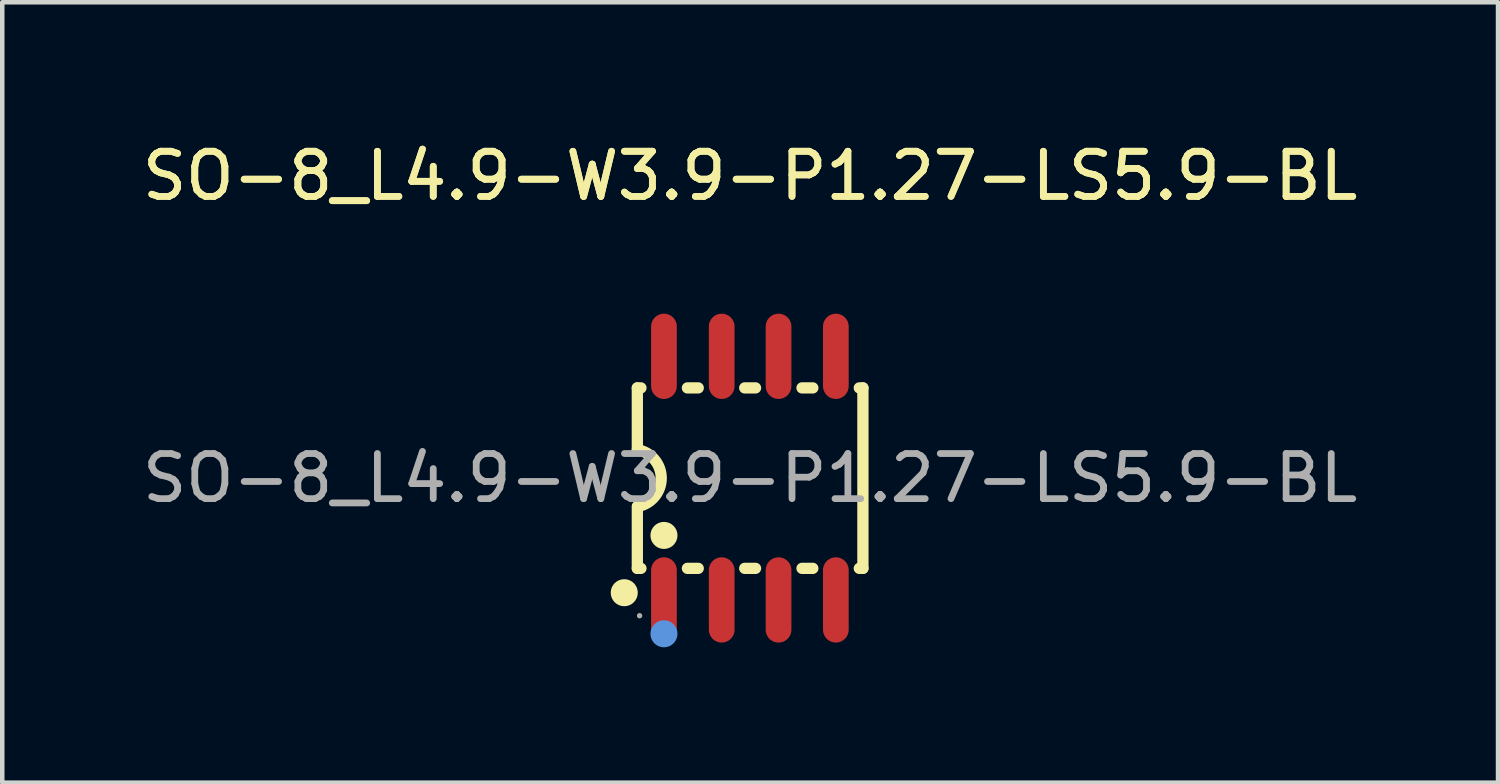
<source format=kicad_pcb>
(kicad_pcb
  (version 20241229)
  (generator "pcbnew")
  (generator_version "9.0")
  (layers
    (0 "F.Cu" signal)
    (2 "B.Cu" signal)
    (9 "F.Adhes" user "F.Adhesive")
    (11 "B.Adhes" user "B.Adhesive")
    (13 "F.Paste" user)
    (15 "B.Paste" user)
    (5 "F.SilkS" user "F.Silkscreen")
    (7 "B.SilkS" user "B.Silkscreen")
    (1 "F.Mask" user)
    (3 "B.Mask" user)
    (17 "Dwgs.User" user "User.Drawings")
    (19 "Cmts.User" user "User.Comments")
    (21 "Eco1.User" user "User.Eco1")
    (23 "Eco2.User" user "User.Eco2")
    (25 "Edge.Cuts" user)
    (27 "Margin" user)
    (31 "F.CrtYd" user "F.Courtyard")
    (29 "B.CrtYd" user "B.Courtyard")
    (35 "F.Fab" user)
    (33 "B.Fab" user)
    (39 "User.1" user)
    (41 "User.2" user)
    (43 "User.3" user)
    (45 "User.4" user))
  (footprint "SO-8_L4.9-W3.9-P1.27-LS5.9-BL"
    (layer "F.Cu")
    (at 13.577 7.548)
    (property "Reference" "SO-8_L4.9-W3.9-P1.27-LS5.9-BL" (at 0 -6.7 0) (layer "F.SilkS") (effects (font (size 1 1) (thickness 0.15))))
    (attr smd)
    (fp_line (start -2.5 -2) (end -2.5 -0.63) (stroke (width 0.25) (type solid)) (layer "F.SilkS"))
    (fp_line (start -2.5 -2) (end -2.42 -2) (stroke (width 0.25) (type solid)) (layer "F.SilkS"))
    (fp_line (start -2.5 2) (end -2.5 0.63) (stroke (width 0.25) (type solid)) (layer "F.SilkS"))
    (fp_line (start -2.5 2) (end -2.42 2) (stroke (width 0.25) (type solid)) (layer "F.SilkS"))
    (fp_line (start -1.39 -2) (end -1.15 -2) (stroke (width 0.25) (type solid)) (layer "F.SilkS"))
    (fp_line (start -1.39 2) (end -1.15 2) (stroke (width 0.25) (type solid)) (layer "F.SilkS"))
    (fp_line (start -0.12 -2) (end 0.12 -2) (stroke (width 0.25) (type solid)) (layer "F.SilkS"))
    (fp_line (start -0.12 2) (end 0.12 2) (stroke (width 0.25) (type solid)) (layer "F.SilkS"))
    (fp_line (start 1.15 -2) (end 1.39 -2) (stroke (width 0.25) (type solid)) (layer "F.SilkS"))
    (fp_line (start 1.15 2) (end 1.39 2) (stroke (width 0.25) (type solid)) (layer "F.SilkS"))
    (fp_line (start 2.42 -2) (end 2.5 -2) (stroke (width 0.25) (type solid)) (layer "F.SilkS"))
    (fp_line (start 2.42 2) (end 2.5 2) (stroke (width 0.25) (type solid)) (layer "F.SilkS"))
    (fp_line (start 2.5 -2) (end 2.5 2) (stroke (width 0.25) (type solid)) (layer "F.SilkS"))
    (fp_arc (start -2.5 -0.63) (mid -1.970474 -0.002632) (end -2.494818 0.629073) (stroke (width 0.25) (type solid)) (layer "F.SilkS"))
    (fp_circle (center -2.79 2.54) (end -2.64 2.54) (stroke (width 0.3) (type solid)) (fill no) (layer "F.SilkS"))
    (fp_circle (center -1.91 1.27) (end -1.76 1.27) (stroke (width 0.3) (type solid)) (fill no) (layer "F.SilkS"))
    (fp_circle (center -1.91 3.45) (end -1.76 3.45) (stroke (width 0.3) (type solid)) (fill no) (layer "Cmts.User"))
    (fp_circle (center -2.45 3.05) (end -2.42 3.05) (stroke (width 0.06) (type solid)) (fill no) (layer "F.Fab"))
    (fp_text user "${REFERENCE}" (at 0 -6.7 0) (layer "F.SilkS") (effects (font (size 1 1) (thickness 0.15))))
    (fp_text user "${REFERENCE}" (at 0 0 0) (layer "F.Fab") (effects (font (size 1 1) (thickness 0.15))))
    (pad "1" smd oval (at -1.91 2.7) (size 0.57 1.89) (layers "F.Cu" "F.Mask" "F.Paste"))
    (pad "2" smd oval (at -0.63 2.7) (size 0.57 1.89) (layers "F.Cu" "F.Mask" "F.Paste"))
    (pad "3" smd oval (at 0.63 2.7) (size 0.57 1.89) (layers "F.Cu" "F.Mask" "F.Paste"))
    (pad "4" smd oval (at 1.9 2.7) (size 0.57 1.89) (layers "F.Cu" "F.Mask" "F.Paste"))
    (pad "5" smd oval (at 1.9 -2.7) (size 0.57 1.89) (layers "F.Cu" "F.Mask" "F.Paste"))
    (pad "6" smd oval (at 0.63 -2.7) (size 0.57 1.89) (layers "F.Cu" "F.Mask" "F.Paste"))
    (pad "7" smd oval (at -0.63 -2.7) (size 0.57 1.89) (layers "F.Cu" "F.Mask" "F.Paste"))
    (pad "8" smd oval (at -1.91 -2.7) (size 0.57 1.89) (layers "F.Cu" "F.Mask" "F.Paste")))
  (gr_rect
    (start -3 -3)
    (end 30.155 14.298)
    (stroke (width 0.1) (type default))
    (fill no)
    (layer "Edge.Cuts")))
</source>
